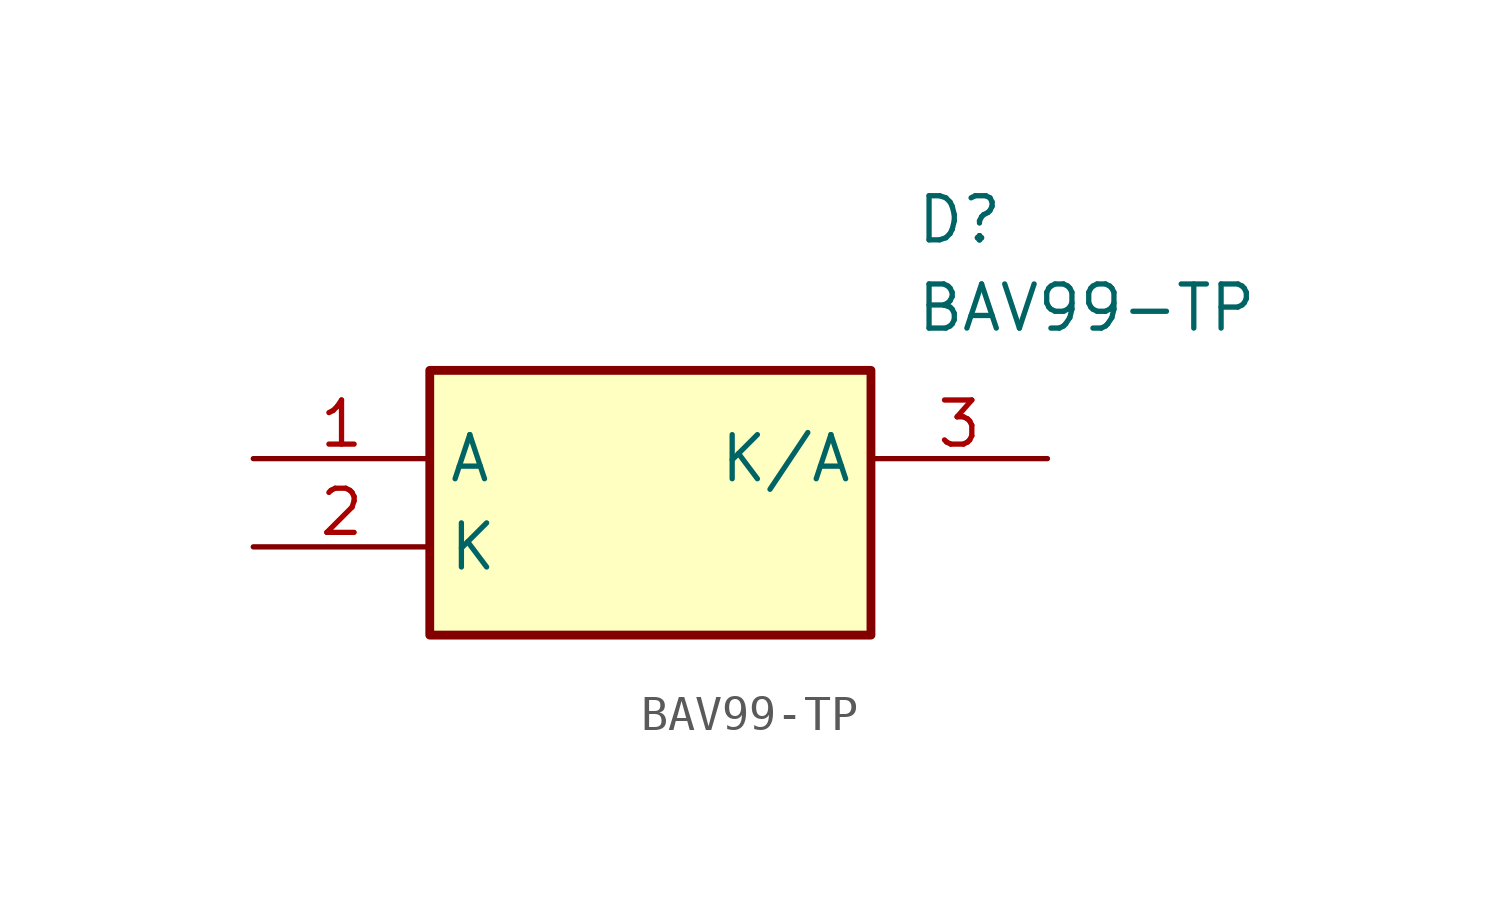
<source format=kicad_sym>
(kicad_symbol_lib
  (version 20211014)
  (generator SamacSys_ECAD_Model)
  (symbol "BAV99-TP"
    (property "Reference" "D"
      (at 19.05 7.62 0)
      (effects (font (size 1.27 1.27)) (justify left top)))
    (property "Value" "BAV99-TP"
      (at 19.05 5.08 0)
      (effects (font (size 1.27 1.27)) (justify left top)))
    (rectangle
      (start 5.08 2.54)
      (end 17.78 -5.08)
      (stroke (width 0.254) (type default))
      (fill (type background)))
    (pin passive line
      (at 0 0 0)
      (length 5.08)
      (name "A" (effects (font (size 1.27 1.27))))
      (number "1" (effects (font (size 1.27 1.27)))))
    (pin passive line
      (at 0 -2.54 0)
      (length 5.08)
      (name "K" (effects (font (size 1.27 1.27))))
      (number "2" (effects (font (size 1.27 1.27)))))
    (pin passive line
      (at 22.86 0 180)
      (length 5.08)
      (name "K/A" (effects (font (size 1.27 1.27))))
      (number "3" (effects (font (size 1.27 1.27)))))))
</source>
